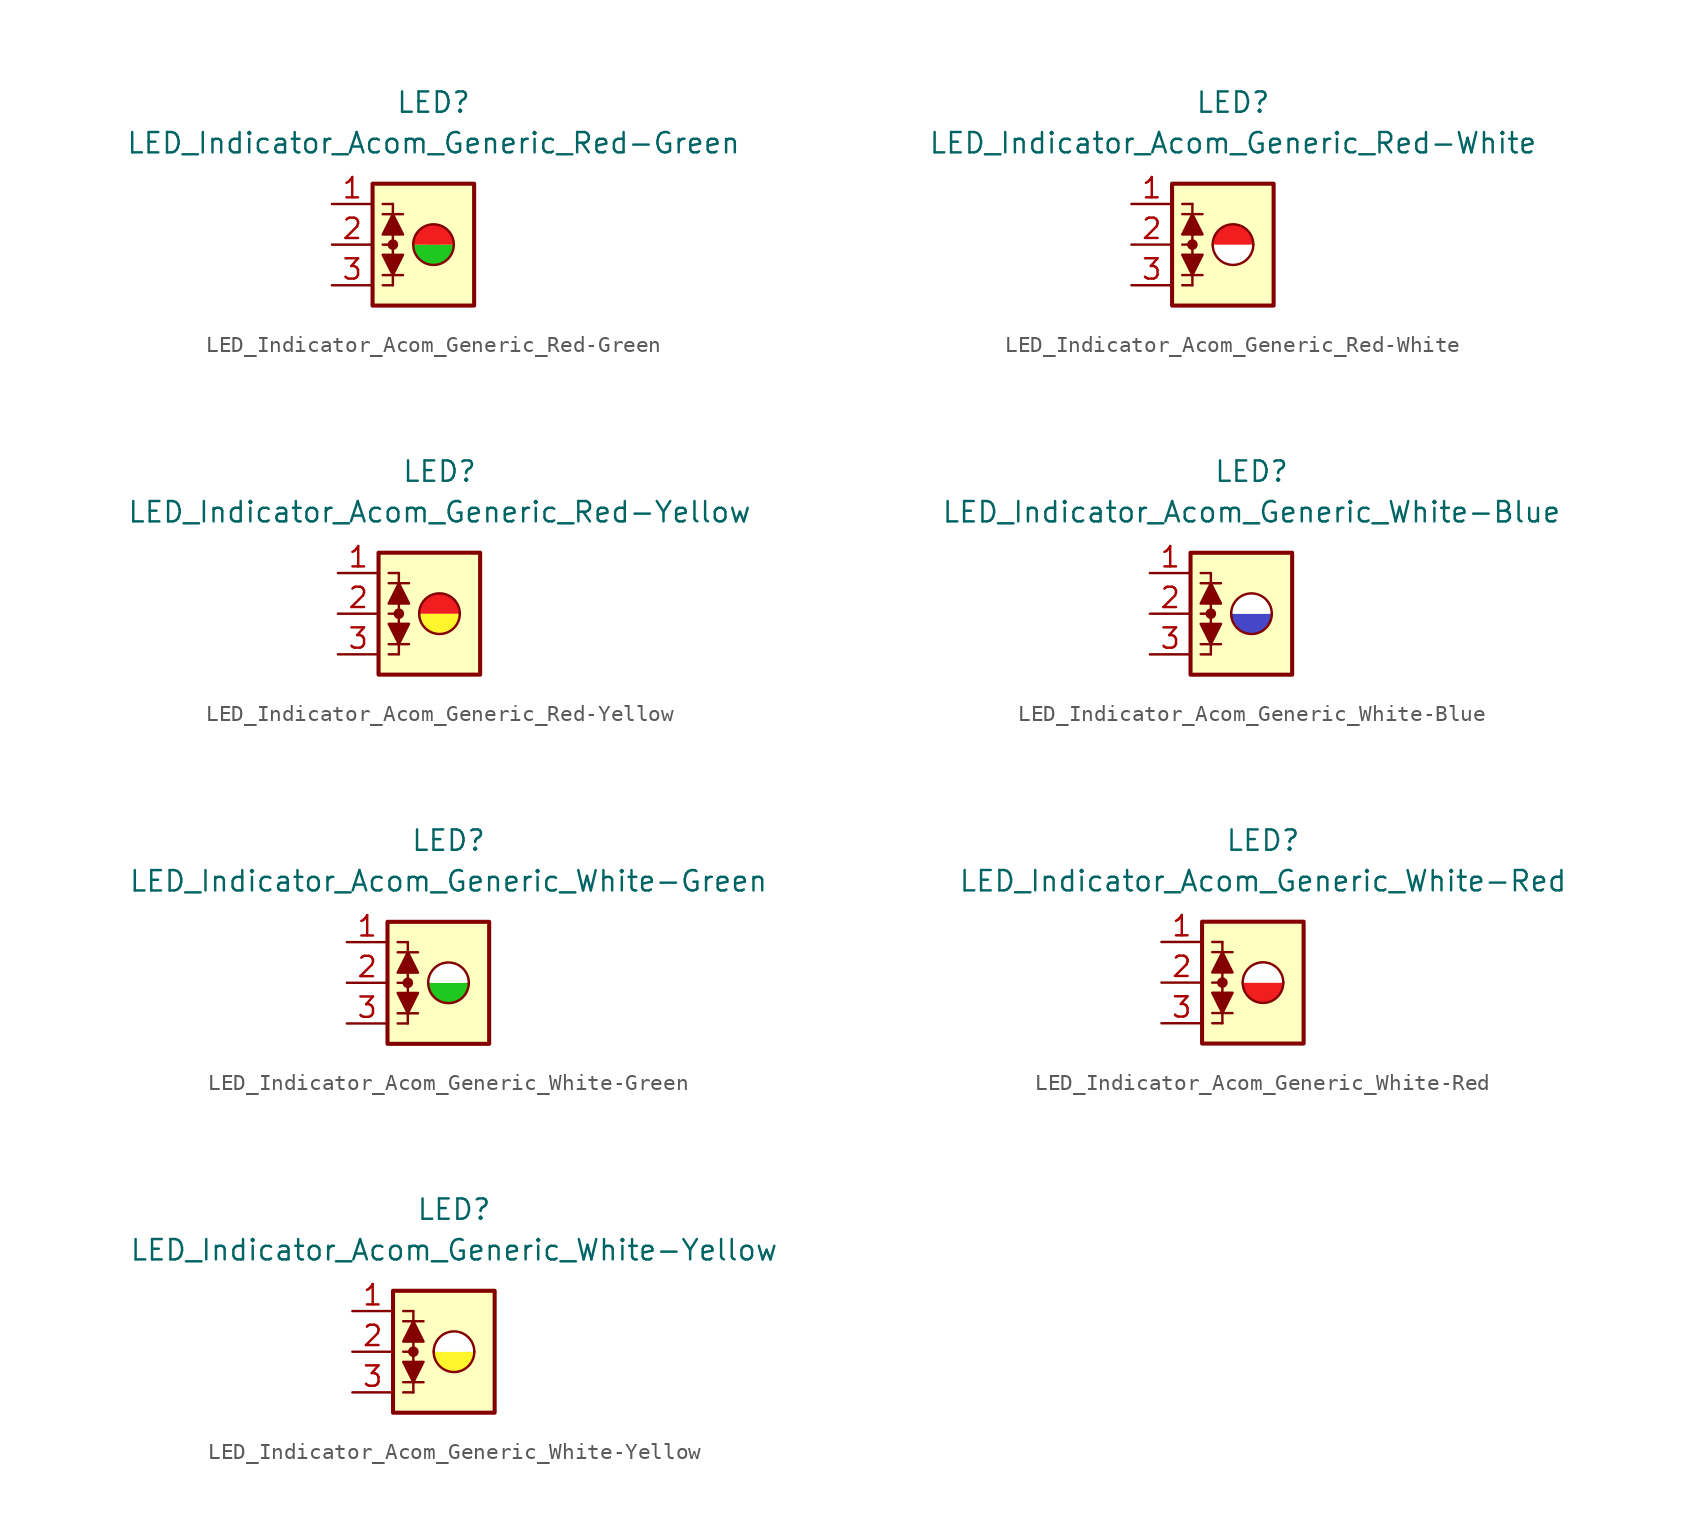
<source format=kicad_sym>
(kicad_symbol_lib
  (version 20231120)
  (generator "kicad_symbol_editor")
  (generator_version "8.0")
  (symbol "LED_Indicator_Acom_Generic_Red-Green"
    (pin_names
      (offset 1.016) hide)
    (property "Reference" "LED"
      (at 0 8.89 0)
      (effects (font (size 1.27 1.27))))
    (property "Value" "LED_Indicator_Acom_Generic_Red-Green"
      (at 0 6.35 0)
      (effects (font (size 1.27 1.27))))
    (symbol "LED_Indicator_Acom_Generic_Red-Green_0_1"
      (rectangle (start -3.81 3.81) (end 2.54 -3.81) (stroke (width 0.254) (type default)) (fill (type background)))
      (circle (center -2.54 0) (radius 0.254) (stroke (width 0) (type default)) (fill (type outline)))
      (arc (start -1.27 0) (mid 0 -1.2645) (end 1.27 0) (stroke (width 0) (type default)) (fill (type color) (color 30 200 30 1)))
      (polyline (pts (xy -3.175 -1.905) (xy -1.905 -1.905)) (stroke (width 0) (type default)) (fill (type none)))
      (polyline (pts (xy -2.54 -2.54) (xy -3.175 -2.54)) (stroke (width 0) (type default)) (fill (type none)))
      (polyline (pts (xy -2.54 -2.54) (xy -2.54 0)) (stroke (width 0) (type default)) (fill (type none)))
      (polyline (pts (xy -2.54 0) (xy -3.175 0)) (stroke (width 0) (type default)) (fill (type none)))
      (polyline (pts (xy -2.54 2.54) (xy -3.175 2.54)) (stroke (width 0) (type default)) (fill (type none)))
      (polyline (pts (xy -2.54 2.54) (xy -2.54 0)) (stroke (width 0) (type default)) (fill (type none)))
      (polyline (pts (xy -1.905 1.905) (xy -3.175 1.905)) (stroke (width 0) (type default)) (fill (type none)))
      (polyline (pts (xy -2.54 -1.905) (xy -3.175 -0.635) (xy -1.905 -0.635) (xy -2.54 -1.905)) (stroke (width 0) (type default)) (fill (type outline)))
      (polyline (pts (xy -2.54 1.905) (xy -1.905 0.635) (xy -3.175 0.635) (xy -2.54 1.905)) (stroke (width 0) (type default)) (fill (type outline)))
      (arc (start 1.27 0) (mid 0 1.2645) (end -1.27 0) (stroke (width 0) (type default)) (fill (type color) (color 240 30 30 1))))
    (symbol "LED_Indicator_Acom_Generic_Red-Green_1_1"
      (pin passive line (at -6.35 2.54 0) (length 2.54) (name "K1" (effects (font (size 1.27 1.27)))) (number "1" (effects (font (size 1.27 1.27)))))
      (pin passive line (at -6.35 0 0) (length 2.54) (name "A12" (effects (font (size 1.27 1.27)))) (number "2" (effects (font (size 1.27 1.27)))))
      (pin passive line (at -6.35 -2.54 0) (length 2.54) (name "K2" (effects (font (size 1.27 1.27)))) (number "3" (effects (font (size 1.27 1.27)))))))
  (symbol "LED_Indicator_Acom_Generic_Red-White"
    (pin_names
      (offset 1.016) hide)
    (property "Reference" "LED"
      (at 0 8.89 0)
      (effects (font (size 1.27 1.27))))
    (property "Value" "LED_Indicator_Acom_Generic_Red-White"
      (at 0 6.35 0)
      (effects (font (size 1.27 1.27))))
    (symbol "LED_Indicator_Acom_Generic_Red-White_0_1"
      (rectangle (start -3.81 3.81) (end 2.54 -3.81) (stroke (width 0.254) (type default)) (fill (type background)))
      (circle (center -2.54 0) (radius 0.254) (stroke (width 0) (type default)) (fill (type outline)))
      (arc (start -1.27 0) (mid 0 -1.2645) (end 1.27 0) (stroke (width 0) (type default)) (fill (type color) (color 255 255 255 1)))
      (polyline (pts (xy -3.175 -1.905) (xy -1.905 -1.905)) (stroke (width 0) (type default)) (fill (type none)))
      (polyline (pts (xy -2.54 -2.54) (xy -3.175 -2.54)) (stroke (width 0) (type default)) (fill (type none)))
      (polyline (pts (xy -2.54 -2.54) (xy -2.54 0)) (stroke (width 0) (type default)) (fill (type none)))
      (polyline (pts (xy -2.54 0) (xy -3.175 0)) (stroke (width 0) (type default)) (fill (type none)))
      (polyline (pts (xy -2.54 2.54) (xy -3.175 2.54)) (stroke (width 0) (type default)) (fill (type none)))
      (polyline (pts (xy -2.54 2.54) (xy -2.54 0)) (stroke (width 0) (type default)) (fill (type none)))
      (polyline (pts (xy -1.905 1.905) (xy -3.175 1.905)) (stroke (width 0) (type default)) (fill (type none)))
      (polyline (pts (xy -2.54 -1.905) (xy -3.175 -0.635) (xy -1.905 -0.635) (xy -2.54 -1.905)) (stroke (width 0) (type default)) (fill (type outline)))
      (polyline (pts (xy -2.54 1.905) (xy -1.905 0.635) (xy -3.175 0.635) (xy -2.54 1.905)) (stroke (width 0) (type default)) (fill (type outline)))
      (arc (start 1.27 0) (mid 0 1.2645) (end -1.27 0) (stroke (width 0) (type default)) (fill (type color) (color 240 30 30 1))))
    (symbol "LED_Indicator_Acom_Generic_Red-White_1_1"
      (pin passive line (at -6.35 2.54 0) (length 2.54) (name "K1" (effects (font (size 1.27 1.27)))) (number "1" (effects (font (size 1.27 1.27)))))
      (pin passive line (at -6.35 0 0) (length 2.54) (name "A12" (effects (font (size 1.27 1.27)))) (number "2" (effects (font (size 1.27 1.27)))))
      (pin passive line (at -6.35 -2.54 0) (length 2.54) (name "K2" (effects (font (size 1.27 1.27)))) (number "3" (effects (font (size 1.27 1.27)))))))
  (symbol "LED_Indicator_Acom_Generic_Red-Yellow"
    (pin_names
      (offset 1.016) hide)
    (property "Reference" "LED"
      (at 0 8.89 0)
      (effects (font (size 1.27 1.27))))
    (property "Value" "LED_Indicator_Acom_Generic_Red-Yellow"
      (at 0 6.35 0)
      (effects (font (size 1.27 1.27))))
    (symbol "LED_Indicator_Acom_Generic_Red-Yellow_0_1"
      (rectangle (start -3.81 3.81) (end 2.54 -3.81) (stroke (width 0.254) (type default)) (fill (type background)))
      (circle (center -2.54 0) (radius 0.254) (stroke (width 0) (type default)) (fill (type outline)))
      (arc (start -1.27 0) (mid 0 -1.2645) (end 1.27 0) (stroke (width 0) (type default)) (fill (type color) (color 255 245 45 1)))
      (polyline (pts (xy -3.175 -1.905) (xy -1.905 -1.905)) (stroke (width 0) (type default)) (fill (type none)))
      (polyline (pts (xy -2.54 -2.54) (xy -3.175 -2.54)) (stroke (width 0) (type default)) (fill (type none)))
      (polyline (pts (xy -2.54 -2.54) (xy -2.54 0)) (stroke (width 0) (type default)) (fill (type none)))
      (polyline (pts (xy -2.54 0) (xy -3.175 0)) (stroke (width 0) (type default)) (fill (type none)))
      (polyline (pts (xy -2.54 2.54) (xy -3.175 2.54)) (stroke (width 0) (type default)) (fill (type none)))
      (polyline (pts (xy -2.54 2.54) (xy -2.54 0)) (stroke (width 0) (type default)) (fill (type none)))
      (polyline (pts (xy -1.905 1.905) (xy -3.175 1.905)) (stroke (width 0) (type default)) (fill (type none)))
      (polyline (pts (xy -2.54 -1.905) (xy -3.175 -0.635) (xy -1.905 -0.635) (xy -2.54 -1.905)) (stroke (width 0) (type default)) (fill (type outline)))
      (polyline (pts (xy -2.54 1.905) (xy -1.905 0.635) (xy -3.175 0.635) (xy -2.54 1.905)) (stroke (width 0) (type default)) (fill (type outline)))
      (arc (start 1.27 0) (mid 0 1.2645) (end -1.27 0) (stroke (width 0) (type default)) (fill (type color) (color 240 30 30 1))))
    (symbol "LED_Indicator_Acom_Generic_Red-Yellow_1_1"
      (pin passive line (at -6.35 2.54 0) (length 2.54) (name "K1" (effects (font (size 1.27 1.27)))) (number "1" (effects (font (size 1.27 1.27)))))
      (pin passive line (at -6.35 0 0) (length 2.54) (name "A12" (effects (font (size 1.27 1.27)))) (number "2" (effects (font (size 1.27 1.27)))))
      (pin passive line (at -6.35 -2.54 0) (length 2.54) (name "K2" (effects (font (size 1.27 1.27)))) (number "3" (effects (font (size 1.27 1.27)))))))
  (symbol "LED_Indicator_Acom_Generic_White-Blue"
    (pin_names
      (offset 1.016) hide)
    (property "Reference" "LED"
      (at 0 8.89 0)
      (effects (font (size 1.27 1.27))))
    (property "Value" "LED_Indicator_Acom_Generic_White-Blue"
      (at 0 6.35 0)
      (effects (font (size 1.27 1.27))))
    (symbol "LED_Indicator_Acom_Generic_White-Blue_0_1"
      (rectangle (start -3.81 3.81) (end 2.54 -3.81) (stroke (width 0.254) (type default)) (fill (type background)))
      (circle (center -2.54 0) (radius 0.254) (stroke (width 0) (type default)) (fill (type outline)))
      (arc (start -1.27 0) (mid 0 -1.2645) (end 1.27 0) (stroke (width 0) (type default)) (fill (type color) (color 70 70 200 1)))
      (polyline (pts (xy -3.175 -1.905) (xy -1.905 -1.905)) (stroke (width 0) (type default)) (fill (type none)))
      (polyline (pts (xy -2.54 -2.54) (xy -3.175 -2.54)) (stroke (width 0) (type default)) (fill (type none)))
      (polyline (pts (xy -2.54 -2.54) (xy -2.54 0)) (stroke (width 0) (type default)) (fill (type none)))
      (polyline (pts (xy -2.54 0) (xy -3.175 0)) (stroke (width 0) (type default)) (fill (type none)))
      (polyline (pts (xy -2.54 2.54) (xy -3.175 2.54)) (stroke (width 0) (type default)) (fill (type none)))
      (polyline (pts (xy -2.54 2.54) (xy -2.54 0)) (stroke (width 0) (type default)) (fill (type none)))
      (polyline (pts (xy -1.905 1.905) (xy -3.175 1.905)) (stroke (width 0) (type default)) (fill (type none)))
      (polyline (pts (xy -2.54 -1.905) (xy -3.175 -0.635) (xy -1.905 -0.635) (xy -2.54 -1.905)) (stroke (width 0) (type default)) (fill (type outline)))
      (polyline (pts (xy -2.54 1.905) (xy -1.905 0.635) (xy -3.175 0.635) (xy -2.54 1.905)) (stroke (width 0) (type default)) (fill (type outline)))
      (arc (start 1.27 0) (mid 0 1.2645) (end -1.27 0) (stroke (width 0) (type default)) (fill (type color) (color 255 255 255 1))))
    (symbol "LED_Indicator_Acom_Generic_White-Blue_1_1"
      (pin passive line (at -6.35 2.54 0) (length 2.54) (name "K1" (effects (font (size 1.27 1.27)))) (number "1" (effects (font (size 1.27 1.27)))))
      (pin passive line (at -6.35 0 0) (length 2.54) (name "A12" (effects (font (size 1.27 1.27)))) (number "2" (effects (font (size 1.27 1.27)))))
      (pin passive line (at -6.35 -2.54 0) (length 2.54) (name "K2" (effects (font (size 1.27 1.27)))) (number "3" (effects (font (size 1.27 1.27)))))))
  (symbol "LED_Indicator_Acom_Generic_White-Green"
    (pin_names
      (offset 1.016) hide)
    (property "Reference" "LED"
      (at 0 8.89 0)
      (effects (font (size 1.27 1.27))))
    (property "Value" "LED_Indicator_Acom_Generic_White-Green"
      (at 0 6.35 0)
      (effects (font (size 1.27 1.27))))
    (symbol "LED_Indicator_Acom_Generic_White-Green_0_1"
      (rectangle (start -3.81 3.81) (end 2.54 -3.81) (stroke (width 0.254) (type default)) (fill (type background)))
      (circle (center -2.54 0) (radius 0.254) (stroke (width 0) (type default)) (fill (type outline)))
      (arc (start -1.27 0) (mid 0 -1.2645) (end 1.27 0) (stroke (width 0) (type default)) (fill (type color) (color 30 200 30 1)))
      (polyline (pts (xy -3.175 -1.905) (xy -1.905 -1.905)) (stroke (width 0) (type default)) (fill (type none)))
      (polyline (pts (xy -2.54 -2.54) (xy -3.175 -2.54)) (stroke (width 0) (type default)) (fill (type none)))
      (polyline (pts (xy -2.54 -2.54) (xy -2.54 0)) (stroke (width 0) (type default)) (fill (type none)))
      (polyline (pts (xy -2.54 0) (xy -3.175 0)) (stroke (width 0) (type default)) (fill (type none)))
      (polyline (pts (xy -2.54 2.54) (xy -3.175 2.54)) (stroke (width 0) (type default)) (fill (type none)))
      (polyline (pts (xy -2.54 2.54) (xy -2.54 0)) (stroke (width 0) (type default)) (fill (type none)))
      (polyline (pts (xy -1.905 1.905) (xy -3.175 1.905)) (stroke (width 0) (type default)) (fill (type none)))
      (polyline (pts (xy -2.54 -1.905) (xy -3.175 -0.635) (xy -1.905 -0.635) (xy -2.54 -1.905)) (stroke (width 0) (type default)) (fill (type outline)))
      (polyline (pts (xy -2.54 1.905) (xy -1.905 0.635) (xy -3.175 0.635) (xy -2.54 1.905)) (stroke (width 0) (type default)) (fill (type outline)))
      (arc (start 1.27 0) (mid 0 1.2645) (end -1.27 0) (stroke (width 0) (type default)) (fill (type color) (color 255 255 255 1))))
    (symbol "LED_Indicator_Acom_Generic_White-Green_1_1"
      (pin passive line (at -6.35 2.54 0) (length 2.54) (name "K1" (effects (font (size 1.27 1.27)))) (number "1" (effects (font (size 1.27 1.27)))))
      (pin passive line (at -6.35 0 0) (length 2.54) (name "A12" (effects (font (size 1.27 1.27)))) (number "2" (effects (font (size 1.27 1.27)))))
      (pin passive line (at -6.35 -2.54 0) (length 2.54) (name "K2" (effects (font (size 1.27 1.27)))) (number "3" (effects (font (size 1.27 1.27)))))))
  (symbol "LED_Indicator_Acom_Generic_White-Red"
    (pin_names
      (offset 1.016) hide)
    (property "Reference" "LED"
      (at 0 8.89 0)
      (effects (font (size 1.27 1.27))))
    (property "Value" "LED_Indicator_Acom_Generic_White-Red"
      (at 0 6.35 0)
      (effects (font (size 1.27 1.27))))
    (symbol "LED_Indicator_Acom_Generic_White-Red_0_1"
      (rectangle (start -3.81 3.81) (end 2.54 -3.81) (stroke (width 0.254) (type default)) (fill (type background)))
      (circle (center -2.54 0) (radius 0.254) (stroke (width 0) (type default)) (fill (type outline)))
      (arc (start -1.27 0) (mid 0 -1.2645) (end 1.27 0) (stroke (width 0) (type default)) (fill (type color) (color 240 30 30 1)))
      (polyline (pts (xy -3.175 -1.905) (xy -1.905 -1.905)) (stroke (width 0) (type default)) (fill (type none)))
      (polyline (pts (xy -2.54 -2.54) (xy -3.175 -2.54)) (stroke (width 0) (type default)) (fill (type none)))
      (polyline (pts (xy -2.54 -2.54) (xy -2.54 0)) (stroke (width 0) (type default)) (fill (type none)))
      (polyline (pts (xy -2.54 0) (xy -3.175 0)) (stroke (width 0) (type default)) (fill (type none)))
      (polyline (pts (xy -2.54 2.54) (xy -3.175 2.54)) (stroke (width 0) (type default)) (fill (type none)))
      (polyline (pts (xy -2.54 2.54) (xy -2.54 0)) (stroke (width 0) (type default)) (fill (type none)))
      (polyline (pts (xy -1.905 1.905) (xy -3.175 1.905)) (stroke (width 0) (type default)) (fill (type none)))
      (polyline (pts (xy -2.54 -1.905) (xy -3.175 -0.635) (xy -1.905 -0.635) (xy -2.54 -1.905)) (stroke (width 0) (type default)) (fill (type outline)))
      (polyline (pts (xy -2.54 1.905) (xy -1.905 0.635) (xy -3.175 0.635) (xy -2.54 1.905)) (stroke (width 0) (type default)) (fill (type outline)))
      (arc (start 1.27 0) (mid 0 1.2645) (end -1.27 0) (stroke (width 0) (type default)) (fill (type color) (color 255 255 255 1))))
    (symbol "LED_Indicator_Acom_Generic_White-Red_1_1"
      (pin passive line (at -6.35 2.54 0) (length 2.54) (name "K1" (effects (font (size 1.27 1.27)))) (number "1" (effects (font (size 1.27 1.27)))))
      (pin passive line (at -6.35 0 0) (length 2.54) (name "A12" (effects (font (size 1.27 1.27)))) (number "2" (effects (font (size 1.27 1.27)))))
      (pin passive line (at -6.35 -2.54 0) (length 2.54) (name "K2" (effects (font (size 1.27 1.27)))) (number "3" (effects (font (size 1.27 1.27)))))))
  (symbol "LED_Indicator_Acom_Generic_White-Yellow"
    (pin_names
      (offset 1.016) hide)
    (property "Reference" "LED"
      (at 0 8.89 0)
      (effects (font (size 1.27 1.27))))
    (property "Value" "LED_Indicator_Acom_Generic_White-Yellow"
      (at 0 6.35 0)
      (effects (font (size 1.27 1.27))))
    (symbol "LED_Indicator_Acom_Generic_White-Yellow_0_1"
      (rectangle (start -3.81 3.81) (end 2.54 -3.81) (stroke (width 0.254) (type default)) (fill (type background)))
      (circle (center -2.54 0) (radius 0.254) (stroke (width 0) (type default)) (fill (type outline)))
      (arc (start -1.27 0) (mid 0 -1.2645) (end 1.27 0) (stroke (width 0) (type default)) (fill (type color) (color 255 245 45 1)))
      (polyline (pts (xy -3.175 -1.905) (xy -1.905 -1.905)) (stroke (width 0) (type default)) (fill (type none)))
      (polyline (pts (xy -2.54 -2.54) (xy -3.175 -2.54)) (stroke (width 0) (type default)) (fill (type none)))
      (polyline (pts (xy -2.54 -2.54) (xy -2.54 0)) (stroke (width 0) (type default)) (fill (type none)))
      (polyline (pts (xy -2.54 0) (xy -3.175 0)) (stroke (width 0) (type default)) (fill (type none)))
      (polyline (pts (xy -2.54 2.54) (xy -3.175 2.54)) (stroke (width 0) (type default)) (fill (type none)))
      (polyline (pts (xy -2.54 2.54) (xy -2.54 0)) (stroke (width 0) (type default)) (fill (type none)))
      (polyline (pts (xy -1.905 1.905) (xy -3.175 1.905)) (stroke (width 0) (type default)) (fill (type none)))
      (polyline (pts (xy -2.54 -1.905) (xy -3.175 -0.635) (xy -1.905 -0.635) (xy -2.54 -1.905)) (stroke (width 0) (type default)) (fill (type outline)))
      (polyline (pts (xy -2.54 1.905) (xy -1.905 0.635) (xy -3.175 0.635) (xy -2.54 1.905)) (stroke (width 0) (type default)) (fill (type outline)))
      (arc (start 1.27 0) (mid 0 1.2645) (end -1.27 0) (stroke (width 0) (type default)) (fill (type color) (color 255 255 255 1))))
    (symbol "LED_Indicator_Acom_Generic_White-Yellow_1_1"
      (pin passive line (at -6.35 2.54 0) (length 2.54) (name "K1" (effects (font (size 1.27 1.27)))) (number "1" (effects (font (size 1.27 1.27)))))
      (pin passive line (at -6.35 0 0) (length 2.54) (name "A12" (effects (font (size 1.27 1.27)))) (number "2" (effects (font (size 1.27 1.27)))))
      (pin passive line (at -6.35 -2.54 0) (length 2.54) (name "K2" (effects (font (size 1.27 1.27)))) (number "3" (effects (font (size 1.27 1.27))))))))
</source>
